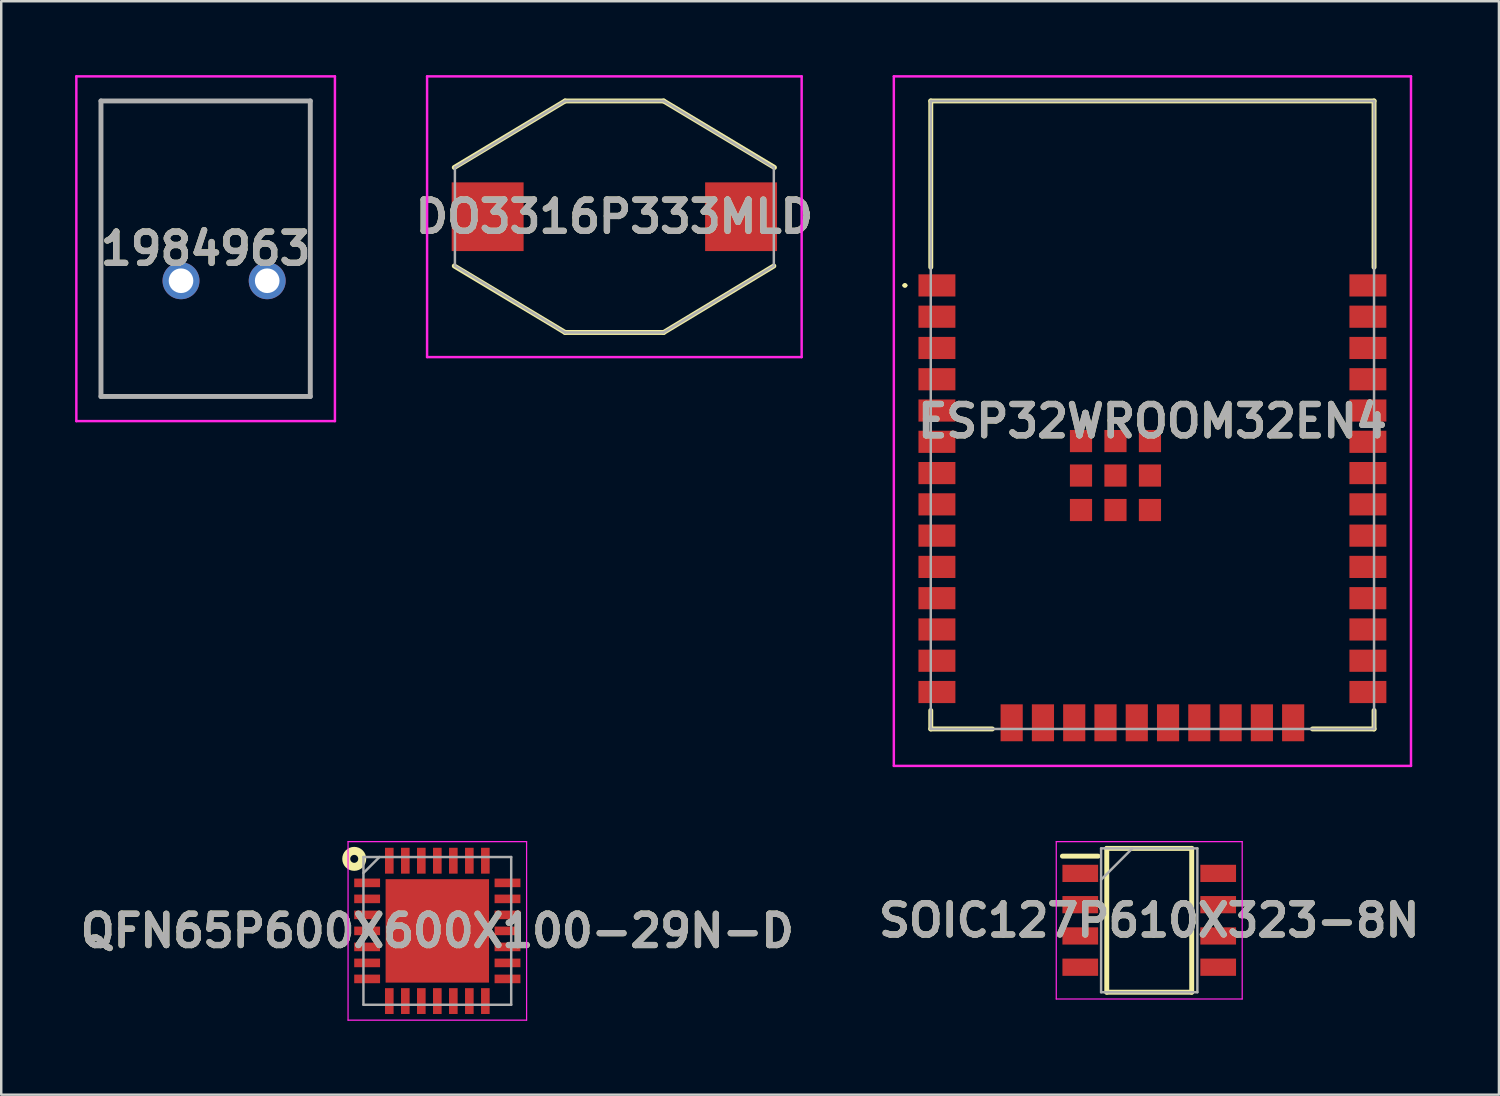
<source format=kicad_pcb>
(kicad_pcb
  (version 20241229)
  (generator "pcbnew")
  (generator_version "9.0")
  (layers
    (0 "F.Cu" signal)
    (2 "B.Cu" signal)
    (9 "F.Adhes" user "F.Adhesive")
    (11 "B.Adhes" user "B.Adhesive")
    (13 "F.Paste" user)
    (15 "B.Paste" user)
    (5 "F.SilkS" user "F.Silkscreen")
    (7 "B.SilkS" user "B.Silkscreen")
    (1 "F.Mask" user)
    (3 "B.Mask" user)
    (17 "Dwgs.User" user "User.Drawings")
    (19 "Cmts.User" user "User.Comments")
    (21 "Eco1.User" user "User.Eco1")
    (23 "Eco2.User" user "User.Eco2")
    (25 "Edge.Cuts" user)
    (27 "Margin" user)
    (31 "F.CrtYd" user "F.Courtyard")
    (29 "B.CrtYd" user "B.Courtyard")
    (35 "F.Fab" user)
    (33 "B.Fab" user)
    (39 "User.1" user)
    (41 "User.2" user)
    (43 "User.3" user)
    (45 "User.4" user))
  (footprint "QFN65P600X600X100-29N-D"
    (layer "F.Cu")
    (at 14.708 34.75)
    (property "Reference" "QFN65P600X600X100-29N-D" (at 0 0 0) (layer "F.SilkS") (effects (font (size 1.27 1.27) (thickness 0.254))))
    (attr smd)
    (fp_circle (center -3.374 -2.925) (end -3.374 -2.763) (stroke (width 0.325) (type solid)) (fill no) (layer "F.SilkS"))
    (fp_line (start -3.625 -3.625) (end 3.625 -3.625) (stroke (width 0.05) (type solid)) (layer "F.CrtYd"))
    (fp_line (start -3.625 3.625) (end -3.625 -3.625) (stroke (width 0.05) (type solid)) (layer "F.CrtYd"))
    (fp_line (start 3.625 -3.625) (end 3.625 3.625) (stroke (width 0.05) (type solid)) (layer "F.CrtYd"))
    (fp_line (start 3.625 3.625) (end -3.625 3.625) (stroke (width 0.05) (type solid)) (layer "F.CrtYd"))
    (fp_line (start -3 -3) (end 3 -3) (stroke (width 0.1) (type solid)) (layer "F.Fab"))
    (fp_line (start -3 -2.35) (end -2.35 -3) (stroke (width 0.1) (type solid)) (layer "F.Fab"))
    (fp_line (start -3 3) (end -3 -3) (stroke (width 0.1) (type solid)) (layer "F.Fab"))
    (fp_line (start 3 -3) (end 3 3) (stroke (width 0.1) (type solid)) (layer "F.Fab"))
    (fp_line (start 3 3) (end -3 3) (stroke (width 0.1) (type solid)) (layer "F.Fab"))
    (fp_text user "${REFERENCE}" (at 0 0 0) (layer "F.Fab") (effects (font (size 1.27 1.27) (thickness 0.254))))
    (pad "1" smd rect (at -2.85 -1.95 90) (size 0.35 1.05) (layers "F.Cu" "F.Mask" "F.Paste"))
    (pad "2" smd rect (at -2.85 -1.3 90) (size 0.35 1.05) (layers "F.Cu" "F.Mask" "F.Paste"))
    (pad "3" smd rect (at -2.85 -0.65 90) (size 0.35 1.05) (layers "F.Cu" "F.Mask" "F.Paste"))
    (pad "4" smd rect (at -2.85 0 90) (size 0.35 1.05) (layers "F.Cu" "F.Mask" "F.Paste"))
    (pad "5" smd rect (at -2.85 0.65 90) (size 0.35 1.05) (layers "F.Cu" "F.Mask" "F.Paste"))
    (pad "6" smd rect (at -2.85 1.3 90) (size 0.35 1.05) (layers "F.Cu" "F.Mask" "F.Paste"))
    (pad "7" smd rect (at -2.85 1.95 90) (size 0.35 1.05) (layers "F.Cu" "F.Mask" "F.Paste"))
    (pad "8" smd rect (at -1.95 2.85) (size 0.35 1.05) (layers "F.Cu" "F.Mask" "F.Paste"))
    (pad "9" smd rect (at -1.3 2.85) (size 0.35 1.05) (layers "F.Cu" "F.Mask" "F.Paste"))
    (pad "10" smd rect (at -0.65 2.85) (size 0.35 1.05) (layers "F.Cu" "F.Mask" "F.Paste"))
    (pad "11" smd rect (at 0 2.85) (size 0.35 1.05) (layers "F.Cu" "F.Mask" "F.Paste"))
    (pad "12" smd rect (at 0.65 2.85) (size 0.35 1.05) (layers "F.Cu" "F.Mask" "F.Paste"))
    (pad "13" smd rect (at 1.3 2.85) (size 0.35 1.05) (layers "F.Cu" "F.Mask" "F.Paste"))
    (pad "14" smd rect (at 1.95 2.85) (size 0.35 1.05) (layers "F.Cu" "F.Mask" "F.Paste"))
    (pad "15" smd rect (at 2.85 1.95 90) (size 0.35 1.05) (layers "F.Cu" "F.Mask" "F.Paste"))
    (pad "16" smd rect (at 2.85 1.3 90) (size 0.35 1.05) (layers "F.Cu" "F.Mask" "F.Paste"))
    (pad "17" smd rect (at 2.85 0.65 90) (size 0.35 1.05) (layers "F.Cu" "F.Mask" "F.Paste"))
    (pad "18" smd rect (at 2.85 0 90) (size 0.35 1.05) (layers "F.Cu" "F.Mask" "F.Paste"))
    (pad "19" smd rect (at 2.85 -0.65 90) (size 0.35 1.05) (layers "F.Cu" "F.Mask" "F.Paste"))
    (pad "20" smd rect (at 2.85 -1.3 90) (size 0.35 1.05) (layers "F.Cu" "F.Mask" "F.Paste"))
    (pad "21" smd rect (at 2.85 -1.95 90) (size 0.35 1.05) (layers "F.Cu" "F.Mask" "F.Paste"))
    (pad "22" smd rect (at 1.95 -2.85) (size 0.35 1.05) (layers "F.Cu" "F.Mask" "F.Paste"))
    (pad "23" smd rect (at 1.3 -2.85) (size 0.35 1.05) (layers "F.Cu" "F.Mask" "F.Paste"))
    (pad "24" smd rect (at 0.65 -2.85) (size 0.35 1.05) (layers "F.Cu" "F.Mask" "F.Paste"))
    (pad "25" smd rect (at 0 -2.85) (size 0.35 1.05) (layers "F.Cu" "F.Mask" "F.Paste"))
    (pad "26" smd rect (at -0.65 -2.85) (size 0.35 1.05) (layers "F.Cu" "F.Mask" "F.Paste"))
    (pad "27" smd rect (at -1.3 -2.85) (size 0.35 1.05) (layers "F.Cu" "F.Mask" "F.Paste"))
    (pad "28" smd rect (at -1.95 -2.85) (size 0.35 1.05) (layers "F.Cu" "F.Mask" "F.Paste"))
    (pad "29" smd rect (at 0 0) (size 4.2 4.2) (layers "F.Cu" "F.Mask" "F.Paste")))
  (footprint "ESP32WROOM32EN4"
    (layer "F.Cu")
    (at 43.745 13.8)
    (property "Reference" "ESP32WROOM32EN4" (at 0 0.25 0) (layer "F.SilkS") (effects (font (size 1.27 1.27) (thickness 0.254))))
    (attr smd)
    (fp_line (start -10.1 -5.26) (end -10.1 -5.26) (stroke (width 0.1) (type solid)) (layer "F.SilkS"))
    (fp_line (start -10 -5.26) (end -10 -5.26) (stroke (width 0.1) (type solid)) (layer "F.SilkS"))
    (fp_line (start -9 -12.75) (end 9 -12.75) (stroke (width 0.2) (type solid)) (layer "F.SilkS"))
    (fp_line (start -9 -6) (end -9 -12.75) (stroke (width 0.2) (type solid)) (layer "F.SilkS"))
    (fp_line (start -9 12.75) (end -9 12) (stroke (width 0.2) (type solid)) (layer "F.SilkS"))
    (fp_line (start -6.5 12.75) (end -9 12.75) (stroke (width 0.2) (type solid)) (layer "F.SilkS"))
    (fp_line (start 9 -12.75) (end 9 -6) (stroke (width 0.2) (type solid)) (layer "F.SilkS"))
    (fp_line (start 9 12) (end 9 12.75) (stroke (width 0.2) (type solid)) (layer "F.SilkS"))
    (fp_line (start 9 12.75) (end 6.5 12.75) (stroke (width 0.2) (type solid)) (layer "F.SilkS"))
    (fp_arc (start -10.1 -5.26) (mid -10.05 -5.31) (end -10 -5.26) (stroke (width 0.1) (type solid)) (layer "F.SilkS"))
    (fp_arc (start -10 -5.26) (mid -10.05 -5.21) (end -10.1 -5.26) (stroke (width 0.1) (type solid)) (layer "F.SilkS"))
    (fp_line (start -10.5 -13.75) (end 10.5 -13.75) (stroke (width 0.1) (type solid)) (layer "F.CrtYd"))
    (fp_line (start -10.5 14.25) (end -10.5 -13.75) (stroke (width 0.1) (type solid)) (layer "F.CrtYd"))
    (fp_line (start 10.5 -13.75) (end 10.5 14.25) (stroke (width 0.1) (type solid)) (layer "F.CrtYd"))
    (fp_line (start 10.5 14.25) (end -10.5 14.25) (stroke (width 0.1) (type solid)) (layer "F.CrtYd"))
    (fp_line (start -9 -12.75) (end -9 12.75) (stroke (width 0.1) (type solid)) (layer "F.Fab"))
    (fp_line (start -9 12.75) (end 9 12.75) (stroke (width 0.1) (type solid)) (layer "F.Fab"))
    (fp_line (start 9 -12.75) (end -9 -12.75) (stroke (width 0.1) (type solid)) (layer "F.Fab"))
    (fp_line (start 9 12.75) (end 9 -12.75) (stroke (width 0.1) (type solid)) (layer "F.Fab"))
    (fp_text user "${REFERENCE}" (at 0 0.25 0) (layer "F.Fab") (effects (font (size 1.27 1.27) (thickness 0.254))))
    (pad "1" smd rect (at -8.75 -5.26 90) (size 0.9 1.5) (layers "F.Cu" "F.Mask" "F.Paste"))
    (pad "2" smd rect (at -8.75 -3.99 90) (size 0.9 1.5) (layers "F.Cu" "F.Mask" "F.Paste"))
    (pad "3" smd rect (at -8.75 -2.72 90) (size 0.9 1.5) (layers "F.Cu" "F.Mask" "F.Paste"))
    (pad "4" smd rect (at -8.75 -1.45 90) (size 0.9 1.5) (layers "F.Cu" "F.Mask" "F.Paste"))
    (pad "5" smd rect (at -8.75 -0.18 90) (size 0.9 1.5) (layers "F.Cu" "F.Mask" "F.Paste"))
    (pad "6" smd rect (at -8.75 1.09 90) (size 0.9 1.5) (layers "F.Cu" "F.Mask" "F.Paste"))
    (pad "7" smd rect (at -8.75 2.36 90) (size 0.9 1.5) (layers "F.Cu" "F.Mask" "F.Paste"))
    (pad "8" smd rect (at -8.75 3.63 90) (size 0.9 1.5) (layers "F.Cu" "F.Mask" "F.Paste"))
    (pad "9" smd rect (at -8.75 4.9 90) (size 0.9 1.5) (layers "F.Cu" "F.Mask" "F.Paste"))
    (pad "10" smd rect (at -8.75 6.17 90) (size 0.9 1.5) (layers "F.Cu" "F.Mask" "F.Paste"))
    (pad "11" smd rect (at -8.75 7.44 90) (size 0.9 1.5) (layers "F.Cu" "F.Mask" "F.Paste"))
    (pad "12" smd rect (at -8.75 8.71 90) (size 0.9 1.5) (layers "F.Cu" "F.Mask" "F.Paste"))
    (pad "13" smd rect (at -8.75 9.98 90) (size 0.9 1.5) (layers "F.Cu" "F.Mask" "F.Paste"))
    (pad "14" smd rect (at -8.75 11.25 90) (size 0.9 1.5) (layers "F.Cu" "F.Mask" "F.Paste"))
    (pad "15" smd rect (at -5.715 12.5) (size 0.9 1.5) (layers "F.Cu" "F.Mask" "F.Paste"))
    (pad "16" smd rect (at -4.445 12.5) (size 0.9 1.5) (layers "F.Cu" "F.Mask" "F.Paste"))
    (pad "17" smd rect (at -3.175 12.5) (size 0.9 1.5) (layers "F.Cu" "F.Mask" "F.Paste"))
    (pad "18" smd rect (at -1.905 12.5) (size 0.9 1.5) (layers "F.Cu" "F.Mask" "F.Paste"))
    (pad "19" smd rect (at -0.635 12.5) (size 0.9 1.5) (layers "F.Cu" "F.Mask" "F.Paste"))
    (pad "20" smd rect (at 0.635 12.5) (size 0.9 1.5) (layers "F.Cu" "F.Mask" "F.Paste"))
    (pad "21" smd rect (at 1.905 12.5) (size 0.9 1.5) (layers "F.Cu" "F.Mask" "F.Paste"))
    (pad "22" smd rect (at 3.175 12.5) (size 0.9 1.5) (layers "F.Cu" "F.Mask" "F.Paste"))
    (pad "23" smd rect (at 4.445 12.5) (size 0.9 1.5) (layers "F.Cu" "F.Mask" "F.Paste"))
    (pad "24" smd rect (at 5.715 12.5) (size 0.9 1.5) (layers "F.Cu" "F.Mask" "F.Paste"))
    (pad "25" smd rect (at 8.75 11.25 90) (size 0.9 1.5) (layers "F.Cu" "F.Mask" "F.Paste"))
    (pad "26" smd rect (at 8.75 9.98 90) (size 0.9 1.5) (layers "F.Cu" "F.Mask" "F.Paste"))
    (pad "27" smd rect (at 8.75 8.71 90) (size 0.9 1.5) (layers "F.Cu" "F.Mask" "F.Paste"))
    (pad "28" smd rect (at 8.75 7.44 90) (size 0.9 1.5) (layers "F.Cu" "F.Mask" "F.Paste"))
    (pad "29" smd rect (at 8.75 6.17 90) (size 0.9 1.5) (layers "F.Cu" "F.Mask" "F.Paste"))
    (pad "30" smd rect (at 8.75 4.9 90) (size 0.9 1.5) (layers "F.Cu" "F.Mask" "F.Paste"))
    (pad "31" smd rect (at 8.75 3.63 90) (size 0.9 1.5) (layers "F.Cu" "F.Mask" "F.Paste"))
    (pad "32" smd rect (at 8.75 2.36 90) (size 0.9 1.5) (layers "F.Cu" "F.Mask" "F.Paste"))
    (pad "33" smd rect (at 8.75 1.09 90) (size 0.9 1.5) (layers "F.Cu" "F.Mask" "F.Paste"))
    (pad "34" smd rect (at 8.75 -0.18 90) (size 0.9 1.5) (layers "F.Cu" "F.Mask" "F.Paste"))
    (pad "35" smd rect (at 8.75 -1.45 90) (size 0.9 1.5) (layers "F.Cu" "F.Mask" "F.Paste"))
    (pad "36" smd rect (at 8.75 -2.72 90) (size 0.9 1.5) (layers "F.Cu" "F.Mask" "F.Paste"))
    (pad "37" smd rect (at 8.75 -3.99 90) (size 0.9 1.5) (layers "F.Cu" "F.Mask" "F.Paste"))
    (pad "38" smd rect (at 8.75 -5.26 90) (size 0.9 1.5) (layers "F.Cu" "F.Mask" "F.Paste"))
    (pad "39" smd rect (at -2.9 1.06 90) (size 0.9 0.9) (layers "F.Cu" "F.Mask" "F.Paste"))
    (pad "40" smd rect (at -2.9 2.46 90) (size 0.9 0.9) (layers "F.Cu" "F.Mask" "F.Paste"))
    (pad "41" smd rect (at -2.9 3.86 90) (size 0.9 0.9) (layers "F.Cu" "F.Mask" "F.Paste"))
    (pad "42" smd rect (at -1.5 3.86 90) (size 0.9 0.9) (layers "F.Cu" "F.Mask" "F.Paste"))
    (pad "43" smd rect (at -0.1 3.86 90) (size 0.9 0.9) (layers "F.Cu" "F.Mask" "F.Paste"))
    (pad "44" smd rect (at -0.1 2.46 90) (size 0.9 0.9) (layers "F.Cu" "F.Mask" "F.Paste"))
    (pad "45" smd rect (at -0.1 1.06 90) (size 0.9 0.9) (layers "F.Cu" "F.Mask" "F.Paste"))
    (pad "46" smd rect (at -1.5 1.06 90) (size 0.9 0.9) (layers "F.Cu" "F.Mask" "F.Paste"))
    (pad "47" smd rect (at -1.5 2.46 90) (size 0.9 0.9) (layers "F.Cu" "F.Mask" "F.Paste")))
  (footprint "SOIC127P610X323-8N"
    (layer "F.Cu")
    (at 43.616 34.32)
    (property "Reference" "SOIC127P610X323-8N" (at 0 0 0) (layer "F.SilkS") (effects (font (size 1.27 1.27) (thickness 0.254))))
    (attr smd)
    (fp_line (start -3.525 -2.605) (end -2.075 -2.605) (stroke (width 0.2) (type solid)) (layer "F.SilkS"))
    (fp_line (start -1.725 -2.92) (end 1.725 -2.92) (stroke (width 0.2) (type solid)) (layer "F.SilkS"))
    (fp_line (start -1.725 2.92) (end -1.725 -2.92) (stroke (width 0.2) (type solid)) (layer "F.SilkS"))
    (fp_line (start 1.725 -2.92) (end 1.725 2.92) (stroke (width 0.2) (type solid)) (layer "F.SilkS"))
    (fp_line (start 1.725 2.92) (end -1.725 2.92) (stroke (width 0.2) (type solid)) (layer "F.SilkS"))
    (fp_line (start -3.775 -3.195) (end 3.775 -3.195) (stroke (width 0.05) (type solid)) (layer "F.CrtYd"))
    (fp_line (start -3.775 3.195) (end -3.775 -3.195) (stroke (width 0.05) (type solid)) (layer "F.CrtYd"))
    (fp_line (start 3.775 -3.195) (end 3.775 3.195) (stroke (width 0.05) (type solid)) (layer "F.CrtYd"))
    (fp_line (start 3.775 3.195) (end -3.775 3.195) (stroke (width 0.05) (type solid)) (layer "F.CrtYd"))
    (fp_line (start -1.955 -2.92) (end 1.955 -2.92) (stroke (width 0.1) (type solid)) (layer "F.Fab"))
    (fp_line (start -1.955 -1.65) (end -0.685 -2.92) (stroke (width 0.1) (type solid)) (layer "F.Fab"))
    (fp_line (start -1.955 2.92) (end -1.955 -2.92) (stroke (width 0.1) (type solid)) (layer "F.Fab"))
    (fp_line (start 1.955 -2.92) (end 1.955 2.92) (stroke (width 0.1) (type solid)) (layer "F.Fab"))
    (fp_line (start 1.955 2.92) (end -1.955 2.92) (stroke (width 0.1) (type solid)) (layer "F.Fab"))
    (fp_text user "${REFERENCE}" (at 0 0 0) (layer "F.Fab") (effects (font (size 1.27 1.27) (thickness 0.254))))
    (pad "1" smd rect (at -2.8 -1.905 90) (size 0.7 1.45) (layers "F.Cu" "F.Mask" "F.Paste"))
    (pad "2" smd rect (at -2.8 -0.635 90) (size 0.7 1.45) (layers "F.Cu" "F.Mask" "F.Paste"))
    (pad "3" smd rect (at -2.8 0.635 90) (size 0.7 1.45) (layers "F.Cu" "F.Mask" "F.Paste"))
    (pad "4" smd rect (at -2.8 1.905 90) (size 0.7 1.45) (layers "F.Cu" "F.Mask" "F.Paste"))
    (pad "5" smd rect (at 2.8 1.905 90) (size 0.7 1.45) (layers "F.Cu" "F.Mask" "F.Paste"))
    (pad "6" smd rect (at 2.8 0.635 90) (size 0.7 1.45) (layers "F.Cu" "F.Mask" "F.Paste"))
    (pad "7" smd rect (at 2.8 -0.635 90) (size 0.7 1.45) (layers "F.Cu" "F.Mask" "F.Paste"))
    (pad "8" smd rect (at 2.8 -1.905 90) (size 0.7 1.45) (layers "F.Cu" "F.Mask" "F.Paste")))
  (footprint "1984963"
    (layer "F.Cu")
    (at 4.3 8.35)
    (property "Reference" "1984963" (at 1 -1.3 0) (layer "F.SilkS") (effects (font (size 1.27 1.27) (thickness 0.254))))
    (attr through_hole)
    (fp_line (start -3.25 -7.3) (end 5.25 -7.3) (stroke (width 0.1) (type solid)) (layer "F.SilkS"))
    (fp_line (start -3.25 4.7) (end -3.25 -7.3) (stroke (width 0.1) (type solid)) (layer "F.SilkS"))
    (fp_line (start 5.25 -7.3) (end 5.25 4.7) (stroke (width 0.1) (type solid)) (layer "F.SilkS"))
    (fp_line (start 5.25 4.7) (end -3.25 4.7) (stroke (width 0.1) (type solid)) (layer "F.SilkS"))
    (fp_line (start -4.25 -8.3) (end 6.25 -8.3) (stroke (width 0.1) (type solid)) (layer "F.CrtYd"))
    (fp_line (start -4.25 5.7) (end -4.25 -8.3) (stroke (width 0.1) (type solid)) (layer "F.CrtYd"))
    (fp_line (start 6.25 -8.3) (end 6.25 5.7) (stroke (width 0.1) (type solid)) (layer "F.CrtYd"))
    (fp_line (start 6.25 5.7) (end -4.25 5.7) (stroke (width 0.1) (type solid)) (layer "F.CrtYd"))
    (fp_line (start -3.25 -7.3) (end 5.25 -7.3) (stroke (width 0.2) (type solid)) (layer "F.Fab"))
    (fp_line (start -3.25 4.7) (end -3.25 -7.3) (stroke (width 0.2) (type solid)) (layer "F.Fab"))
    (fp_line (start 5.25 -7.3) (end 5.25 4.7) (stroke (width 0.2) (type solid)) (layer "F.Fab"))
    (fp_line (start 5.25 4.7) (end -3.25 4.7) (stroke (width 0.2) (type solid)) (layer "F.Fab"))
    (fp_text user "${REFERENCE}" (at 1 -1.3 0) (layer "F.Fab") (effects (font (size 1.27 1.27) (thickness 0.254))))
    (pad "1" thru_hole circle (at 0 0) (size 1.5 1.5) (drill 1) (layers "*.Cu" "*.Mask"))
    (pad "2" thru_hole circle (at 3.5 0) (size 1.5 1.5) (drill 1) (layers "*.Cu" "*.Mask")))
  (footprint "DO3316P333MLD"
    (layer "F.Cu")
    (at 21.897 5.75)
    (property "Reference" "DO3316P333MLD" (at 0 0 0) (layer "F.SilkS") (effects (font (size 1.27 1.27) (thickness 0.254))))
    (attr smd)
    (fp_line (start -6.5 -2) (end -2 -4.7) (stroke (width 0.2) (type solid)) (layer "F.SilkS"))
    (fp_line (start -6.5 2) (end -2 4.7) (stroke (width 0.2) (type solid)) (layer "F.SilkS"))
    (fp_line (start -2 -4.7) (end 2 -4.7) (stroke (width 0.2) (type solid)) (layer "F.SilkS"))
    (fp_line (start -2 4.7) (end 2 4.7) (stroke (width 0.2) (type solid)) (layer "F.SilkS"))
    (fp_line (start 2 -4.7) (end 6.5 -2) (stroke (width 0.2) (type solid)) (layer "F.SilkS"))
    (fp_line (start 2 4.7) (end 6.475 2) (stroke (width 0.2) (type solid)) (layer "F.SilkS"))
    (fp_line (start -7.605 -5.7) (end 7.605 -5.7) (stroke (width 0.1) (type solid)) (layer "F.CrtYd"))
    (fp_line (start -7.605 5.7) (end -7.605 -5.7) (stroke (width 0.1) (type solid)) (layer "F.CrtYd"))
    (fp_line (start 7.605 -5.7) (end 7.605 5.7) (stroke (width 0.1) (type solid)) (layer "F.CrtYd"))
    (fp_line (start 7.605 5.7) (end -7.605 5.7) (stroke (width 0.1) (type solid)) (layer "F.CrtYd"))
    (fp_line (start -6.475 -2) (end -2 -4.7) (stroke (width 0.1) (type solid)) (layer "F.Fab"))
    (fp_line (start -6.475 2) (end -6.475 -2) (stroke (width 0.1) (type solid)) (layer "F.Fab"))
    (fp_line (start -2 -4.7) (end 2 -4.7) (stroke (width 0.1) (type solid)) (layer "F.Fab"))
    (fp_line (start -2 4.7) (end -6.475 2) (stroke (width 0.1) (type solid)) (layer "F.Fab"))
    (fp_line (start 2 -4.7) (end 6.475 -2) (stroke (width 0.1) (type solid)) (layer "F.Fab"))
    (fp_line (start 2 4.7) (end -2 4.7) (stroke (width 0.1) (type solid)) (layer "F.Fab"))
    (fp_line (start 6.475 -2) (end 6.475 2) (stroke (width 0.1) (type solid)) (layer "F.Fab"))
    (fp_line (start 6.475 2) (end 2 4.7) (stroke (width 0.1) (type solid)) (layer "F.Fab"))
    (fp_text user "${REFERENCE}" (at 0 0 0) (layer "F.Fab") (effects (font (size 1.27 1.27) (thickness 0.254))))
    (pad "1" smd rect (at -5.145 0 90) (size 2.79 2.92) (layers "F.Cu" "F.Mask" "F.Paste"))
    (pad "2" smd rect (at 5.145 0 90) (size 2.79 2.92) (layers "F.Cu" "F.Mask" "F.Paste")))
  (gr_rect
    (start -3 -3)
    (end 57.816 41.4)
    (stroke (width 0.1) (type default))
    (fill no)
    (layer "Edge.Cuts")))
</source>
